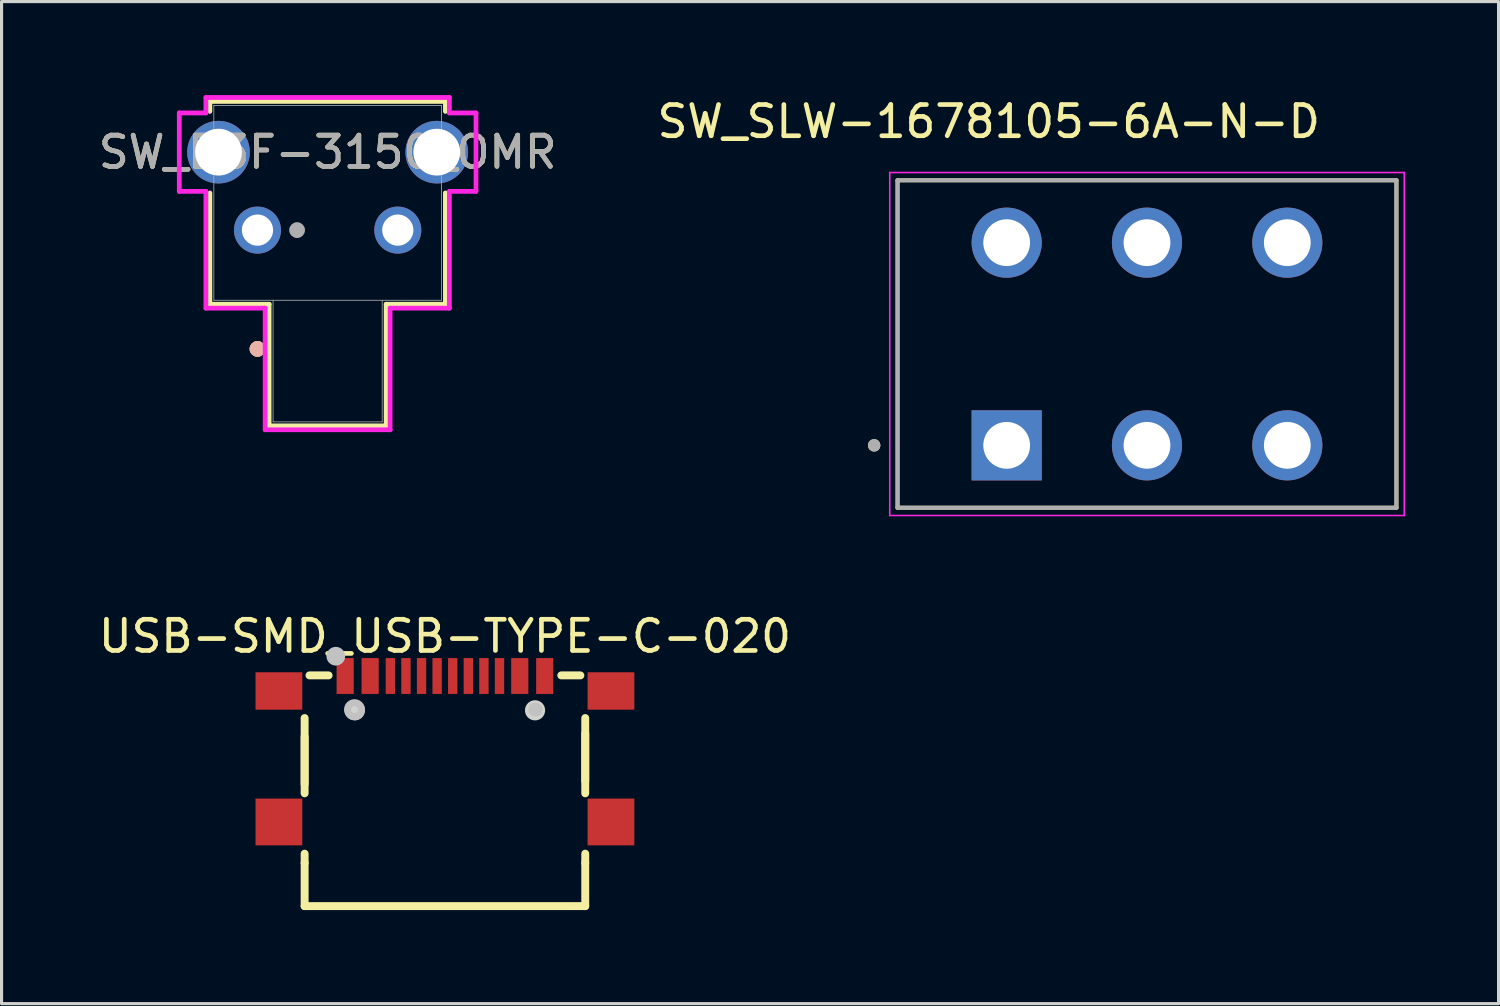
<source format=kicad_pcb>
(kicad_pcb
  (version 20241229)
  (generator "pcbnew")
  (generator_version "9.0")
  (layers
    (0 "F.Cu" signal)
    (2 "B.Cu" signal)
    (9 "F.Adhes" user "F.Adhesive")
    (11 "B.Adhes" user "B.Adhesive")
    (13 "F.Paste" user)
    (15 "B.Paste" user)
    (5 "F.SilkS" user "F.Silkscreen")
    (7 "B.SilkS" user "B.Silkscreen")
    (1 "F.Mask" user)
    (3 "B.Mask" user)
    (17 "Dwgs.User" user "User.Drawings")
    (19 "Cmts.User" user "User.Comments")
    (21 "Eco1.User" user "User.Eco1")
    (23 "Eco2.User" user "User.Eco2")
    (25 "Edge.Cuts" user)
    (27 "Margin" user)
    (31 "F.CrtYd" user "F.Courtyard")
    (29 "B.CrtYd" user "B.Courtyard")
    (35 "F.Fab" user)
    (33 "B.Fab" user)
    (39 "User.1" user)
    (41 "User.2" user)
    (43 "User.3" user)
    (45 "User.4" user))
  (footprint "USB-SMD_USB-TYPE-C-020"
    (layer "F.Cu")
    (at 11.22 20.971)
    (property "Reference" "USB-SMD_USB-TYPE-C-020" (at 0 -3.615 0) (layer "F.SilkS") (effects (font (size 1 1) (thickness 0.15))))
    (fp_line (start -4.5 -0.397) (end -4.5 1.125) (stroke (width 0.254) (type default)) (layer "F.SilkS"))
    (fp_line (start -4.5 1.422) (end -4.5 -0.992) (stroke (width 0.254) (type default)) (layer "F.SilkS"))
    (fp_line (start -4.5 3.655) (end -4.5 3.358) (stroke (width 0.254) (type default)) (layer "F.SilkS"))
    (fp_line (start -4.5 3.655) (end -4.5 5.04) (stroke (width 0.254) (type default)) (layer "F.SilkS"))
    (fp_line (start -4.5 5.04) (end 4.5 5.04) (stroke (width 0.254) (type default)) (layer "F.SilkS"))
    (fp_line (start -4.344 -2.36) (end -3.731 -2.36) (stroke (width 0.254) (type default)) (layer "F.SilkS"))
    (fp_line (start 3.731 -2.36) (end 4.344 -2.36) (stroke (width 0.254) (type default)) (layer "F.SilkS"))
    (fp_line (start 4.5 1.025) (end 4.5 -0.498) (stroke (width 0.254) (type default)) (layer "F.SilkS"))
    (fp_line (start 4.5 1.422) (end 4.5 -0.992) (stroke (width 0.254) (type default)) (layer "F.SilkS"))
    (fp_line (start 4.5 3.655) (end 4.5 3.358) (stroke (width 0.254) (type default)) (layer "F.SilkS"))
    (fp_line (start 4.5 5.04) (end 4.5 3.655) (stroke (width 0.254) (type default)) (layer "F.SilkS"))
    (fp_poly (pts (xy -6.075 -2.46) (xy -4.575 -2.46) (xy -4.575 -1.26) (xy -6.075 -1.26)) (stroke (width 0) (type default)) (fill yes) (layer "F.Paste"))
    (fp_poly (pts (xy -6.075 1.59) (xy -4.575 1.59) (xy -4.575 3.091) (xy -6.075 3.091)) (stroke (width 0) (type default)) (fill yes) (layer "F.Paste"))
    (fp_poly (pts (xy -1.9 -2.915) (xy -1.6 -2.915) (xy -1.6 -1.765) (xy -1.9 -1.765)) (stroke (width 0) (type default)) (fill yes) (layer "F.Paste"))
    (fp_poly (pts (xy -1.4 -2.915) (xy -1.1 -2.915) (xy -1.1 -1.765) (xy -1.4 -1.765)) (stroke (width 0) (type default)) (fill yes) (layer "F.Paste"))
    (fp_poly (pts (xy -0.9 -2.915) (xy -0.6 -2.915) (xy -0.6 -1.765) (xy -0.9 -1.765)) (stroke (width 0) (type default)) (fill yes) (layer "F.Paste"))
    (fp_poly (pts (xy -0.4 -2.915) (xy -0.1 -2.915) (xy -0.1 -1.765) (xy -0.4 -1.765)) (stroke (width 0) (type default)) (fill yes) (layer "F.Paste"))
    (fp_poly (pts (xy 0.1 -2.915) (xy 0.4 -2.915) (xy 0.4 -1.765) (xy 0.1 -1.765)) (stroke (width 0) (type default)) (fill yes) (layer "F.Paste"))
    (fp_poly (pts (xy 0.6 -2.915) (xy 0.9 -2.915) (xy 0.9 -1.765) (xy 0.6 -1.765)) (stroke (width 0) (type default)) (fill yes) (layer "F.Paste"))
    (fp_poly (pts (xy 1.1 -2.915) (xy 1.4 -2.915) (xy 1.4 -1.765) (xy 1.1 -1.765)) (stroke (width 0) (type default)) (fill yes) (layer "F.Paste"))
    (fp_poly (pts (xy 1.6 -2.915) (xy 1.9 -2.915) (xy 1.9 -1.765) (xy 1.6 -1.765)) (stroke (width 0) (type default)) (fill yes) (layer "F.Paste"))
    (fp_poly (pts (xy 4.575 -2.46) (xy 6.075 -2.46) (xy 6.075 -1.26) (xy 4.575 -1.26)) (stroke (width 0) (type default)) (fill yes) (layer "F.Paste"))
    (fp_poly (pts (xy 4.575 1.59) (xy 6.075 1.59) (xy 6.075 3.091) (xy 4.575 3.091)) (stroke (width 0) (type default)) (fill yes) (layer "F.Paste"))
    (fp_poly (pts (xy -3.475 -2.915) (xy -3.475 -1.765) (xy -3.225 -1.765) (xy -3.175 -1.765) (xy -2.925 -1.765) (xy -2.925 -2.915) (xy -3.175 -2.915) (xy -3.225 -2.915)) (stroke (width 0) (type default)) (fill yes) (layer "F.Paste"))
    (fp_poly (pts (xy -2.125 -1.765) (xy -2.125 -2.915) (xy -2.375 -2.915) (xy -2.425 -2.915) (xy -2.675 -2.915) (xy -2.675 -1.765) (xy -2.425 -1.765) (xy -2.375 -1.765)) (stroke (width 0) (type default)) (fill yes) (layer "F.Paste"))
    (fp_poly (pts (xy 2.125 -2.915) (xy 2.125 -1.765) (xy 2.375 -1.765) (xy 2.425 -1.765) (xy 2.675 -1.765) (xy 2.675 -2.915) (xy 2.425 -2.915) (xy 2.375 -2.915)) (stroke (width 0) (type default)) (fill yes) (layer "F.Paste"))
    (fp_poly (pts (xy 3.475 -1.765) (xy 3.475 -2.915) (xy 3.225 -2.915) (xy 3.175 -2.915) (xy 2.925 -2.915) (xy 2.925 -1.765) (xy 3.175 -1.765) (xy 3.225 -1.765)) (stroke (width 0) (type default)) (fill yes) (layer "F.Paste"))
    (fp_circle (center -3.5 -2.975) (end -3.35 -2.975) (stroke (width 0.3) (type default)) (fill no) (layer "Dwgs.User"))
    (fp_circle (center -2.9 -1.26) (end -2.788 -1.26) (stroke (width 0.225) (type default)) (fill no) (layer "Dwgs.User"))
    (fp_circle (center 2.9 -1.26) (end 3.013 -1.26) (stroke (width 0.225) (type default)) (fill no) (layer "Dwgs.User"))
    (fp_poly (pts (xy -2.568 -1.282) (xy -2.59 -1.364) (xy -2.632 -1.438) (xy -2.692 -1.498) (xy -2.766 -1.54) (xy -2.848 -1.562) (xy -2.932 -1.562) (xy -3.014 -1.54) (xy -3.088 -1.498) (xy -3.148 -1.438) (xy -3.19 -1.364) (xy -3.212 -1.282) (xy -3.212 -1.198) (xy -3.19 -1.116) (xy -3.148 -1.042) (xy -3.088 -0.982) (xy -3.014 -0.94) (xy -2.932 -0.918) (xy -2.848 -0.918) (xy -2.766 -0.94) (xy -2.692 -0.982) (xy -2.632 -1.042) (xy -2.59 -1.116) (xy -2.568 -1.198)) (stroke (width 0) (type default)) (fill yes) (layer "Edge.Cuts"))
    (fp_poly (pts (xy 3.212 -1.282) (xy 3.19 -1.364) (xy 3.148 -1.438) (xy 3.088 -1.498) (xy 3.014 -1.54) (xy 2.932 -1.562) (xy 2.848 -1.562) (xy 2.766 -1.54) (xy 2.692 -1.498) (xy 2.632 -1.438) (xy 2.59 -1.364) (xy 2.568 -1.282) (xy 2.568 -1.198) (xy 2.59 -1.116) (xy 2.632 -1.042) (xy 2.692 -0.982) (xy 2.766 -0.94) (xy 2.848 -0.918) (xy 2.932 -0.918) (xy 3.014 -0.94) (xy 3.088 -0.982) (xy 3.148 -1.042) (xy 3.19 -1.116) (xy 3.212 -1.198)) (stroke (width 0) (type default)) (fill yes) (layer "Edge.Cuts"))
    (fp_poly (pts (xy -5.84 -2.31) (xy -4.3 -2.31) (xy -4.3 -1.31) (xy -5.84 -1.31)) (stroke (width 0.1) (type default)) (fill no) (layer "User.1"))
    (fp_poly (pts (xy -5.84 1.69) (xy -4.3 1.69) (xy -4.3 2.89) (xy -5.84 2.89)) (stroke (width 0.1) (type default)) (fill no) (layer "User.1"))
    (fp_poly (pts (xy -3.425 -2.66) (xy -3.225 -2.66) (xy -3.225 -1.86) (xy -3.425 -1.86)) (stroke (width 0.1) (type default)) (fill no) (layer "User.1"))
    (fp_poly (pts (xy -3.175 -2.66) (xy -2.975 -2.66) (xy -2.975 -1.86) (xy -3.175 -1.86)) (stroke (width 0.1) (type default)) (fill no) (layer "User.1"))
    (fp_poly (pts (xy -2.675 -2.66) (xy -2.475 -2.66) (xy -2.475 -1.86) (xy -2.675 -1.86)) (stroke (width 0.1) (type default)) (fill no) (layer "User.1"))
    (fp_poly (pts (xy -2.375 -2.66) (xy -2.175 -2.66) (xy -2.175 -1.86) (xy -2.375 -1.86)) (stroke (width 0.1) (type default)) (fill no) (layer "User.1"))
    (fp_poly (pts (xy -1.85 -2.66) (xy -1.65 -2.66) (xy -1.65 -1.86) (xy -1.85 -1.86)) (stroke (width 0.1) (type default)) (fill no) (layer "User.1"))
    (fp_poly (pts (xy -1.35 -2.66) (xy -1.15 -2.66) (xy -1.15 -1.86) (xy -1.35 -1.86)) (stroke (width 0.1) (type default)) (fill no) (layer "User.1"))
    (fp_poly (pts (xy -0.85 -2.66) (xy -0.65 -2.66) (xy -0.65 -1.86) (xy -0.85 -1.86)) (stroke (width 0.1) (type default)) (fill no) (layer "User.1"))
    (fp_poly (pts (xy -0.35 -2.66) (xy -0.15 -2.66) (xy -0.15 -1.86) (xy -0.35 -1.86)) (stroke (width 0.1) (type default)) (fill no) (layer "User.1"))
    (fp_poly (pts (xy 0.15 -2.66) (xy 0.35 -2.66) (xy 0.35 -1.86) (xy 0.15 -1.86)) (stroke (width 0.1) (type default)) (fill no) (layer "User.1"))
    (fp_poly (pts (xy 0.65 -2.66) (xy 0.85 -2.66) (xy 0.85 -1.86) (xy 0.65 -1.86)) (stroke (width 0.1) (type default)) (fill no) (layer "User.1"))
    (fp_poly (pts (xy 1.15 -2.66) (xy 1.35 -2.66) (xy 1.35 -1.86) (xy 1.15 -1.86)) (stroke (width 0.1) (type default)) (fill no) (layer "User.1"))
    (fp_poly (pts (xy 1.65 -2.66) (xy 1.85 -2.66) (xy 1.85 -1.86) (xy 1.65 -1.86)) (stroke (width 0.1) (type default)) (fill no) (layer "User.1"))
    (fp_poly (pts (xy 2.175 -2.66) (xy 2.375 -2.66) (xy 2.375 -1.86) (xy 2.175 -1.86)) (stroke (width 0.1) (type default)) (fill no) (layer "User.1"))
    (fp_poly (pts (xy 2.475 -2.66) (xy 2.675 -2.66) (xy 2.675 -1.86) (xy 2.475 -1.86)) (stroke (width 0.1) (type default)) (fill no) (layer "User.1"))
    (fp_poly (pts (xy 2.975 -2.66) (xy 3.175 -2.66) (xy 3.175 -1.86) (xy 2.975 -1.86)) (stroke (width 0.1) (type default)) (fill no) (layer "User.1"))
    (fp_poly (pts (xy 3.225 -2.66) (xy 3.425 -2.66) (xy 3.425 -1.86) (xy 3.225 -1.86)) (stroke (width 0.1) (type default)) (fill no) (layer "User.1"))
    (fp_poly (pts (xy 4.3 -2.31) (xy 5.84 -2.31) (xy 5.84 -1.31) (xy 4.3 -1.31)) (stroke (width 0.1) (type default)) (fill no) (layer "User.1"))
    (fp_poly (pts (xy 4.3 1.69) (xy 5.84 1.69) (xy 5.84 2.89) (xy 4.3 2.89)) (stroke (width 0.1) (type default)) (fill no) (layer "User.1"))
    (fp_line (start -4.47 -2.36) (end 4.47 -2.36) (stroke (width 0.051) (type default)) (layer "User.2"))
    (fp_line (start -4.47 5.04) (end -4.47 -2.36) (stroke (width 0.051) (type default)) (layer "User.2"))
    (fp_line (start 4.47 -2.36) (end 4.47 5.04) (stroke (width 0.051) (type default)) (layer "User.2"))
    (fp_line (start 4.47 5.04) (end -4.47 5.04) (stroke (width 0.051) (type default)) (layer "User.2"))
    (fp_poly (pts (xy -5.785 -2.683) (xy -5.817 -2.715) (xy -5.863 -2.715) (xy -5.895 -2.683) (xy -5.895 -2.637) (xy -5.863 -2.605) (xy -5.817 -2.605) (xy -5.785 -2.637)) (stroke (width 0.1) (type default)) (fill no) (layer "User.3"))
    (pad "17" smd rect (at -5.325 -1.86) (size 1.5 1.2) (layers "F.Cu" "F.Mask" "F.Paste"))
    (pad "18" smd rect (at 5.325 -1.86) (size 1.5 1.2) (layers "F.Cu" "F.Mask" "F.Paste"))
    (pad "19" smd rect (at -5.325 2.34) (size 1.5 1.5) (layers "F.Cu" "F.Mask" "F.Paste"))
    (pad "20" smd rect (at 5.325 2.34) (size 1.5 1.5) (layers "F.Cu" "F.Mask" "F.Paste"))
    (pad "A1" smd rect (at -3.325 -2.34) (size 0.3 1.15) (layers "F.Cu" "F.Mask" "F.Paste"))
    (pad "A4" smd rect (at -2.525 -2.34) (size 0.3 1.15) (layers "F.Cu" "F.Mask" "F.Paste"))
    (pad "A5" smd rect (at -1.25 -2.34) (size 0.3 1.15) (layers "F.Cu" "F.Mask" "F.Paste"))
    (pad "A6" smd rect (at -0.25 -2.34) (size 0.3 1.15) (layers "F.Cu" "F.Mask" "F.Paste"))
    (pad "A7" smd rect (at 0.25 -2.34) (size 0.3 1.15) (layers "F.Cu" "F.Mask" "F.Paste"))
    (pad "A8" smd rect (at 1.25 -2.34) (size 0.3 1.15) (layers "F.Cu" "F.Mask" "F.Paste"))
    (pad "A9" smd rect (at 2.525 -2.34) (size 0.3 1.15) (layers "F.Cu" "F.Mask" "F.Paste"))
    (pad "A12" smd rect (at 3.325 -2.34) (size 0.3 1.15) (layers "F.Cu" "F.Mask" "F.Paste"))
    (pad "B1" smd rect (at 3.075 -2.34) (size 0.3 1.15) (layers "F.Cu" "F.Mask" "F.Paste"))
    (pad "B4" smd rect (at 2.275 -2.34) (size 0.3 1.15) (layers "F.Cu" "F.Mask" "F.Paste"))
    (pad "B5" smd rect (at 1.75 -2.34) (size 0.3 1.15) (layers "F.Cu" "F.Mask" "F.Paste"))
    (pad "B6" smd rect (at 0.75 -2.34) (size 0.3 1.15) (layers "F.Cu" "F.Mask" "F.Paste"))
    (pad "B7" smd rect (at -0.75 -2.34) (size 0.3 1.15) (layers "F.Cu" "F.Mask" "F.Paste"))
    (pad "B8" smd rect (at -1.75 -2.34) (size 0.3 1.15) (layers "F.Cu" "F.Mask" "F.Paste"))
    (pad "B9" smd rect (at -2.275 -2.34) (size 0.3 1.15) (layers "F.Cu" "F.Mask" "F.Paste"))
    (pad "B12" smd rect (at -3.075 -2.34) (size 0.3 1.15) (layers "F.Cu" "F.Mask" "F.Paste")))
  (footprint "SW_B3F-3150_OMR"
    (layer "F.Cu")
    (at 5.208 4.33)
    (property "Reference" "SW_B3F-3150_OMR" (at 2.25 -2.5 0) (unlocked yes) (layer "F.SilkS") (effects (font (size 1 1) (thickness 0.15))))
    (attr through_hole)
    (fp_line (start -1.527 -4.127) (end 6.027 -4.127) (stroke (width 0.152) (type solid)) (layer "F.SilkS"))
    (fp_line (start -1.527 -3.808) (end -1.527 -4.127) (stroke (width 0.152) (type solid)) (layer "F.SilkS"))
    (fp_line (start -1.527 2.377) (end -1.527 -1.192) (stroke (width 0.152) (type solid)) (layer "F.SilkS"))
    (fp_line (start 0.373 2.377) (end -1.527 2.377) (stroke (width 0.152) (type solid)) (layer "F.SilkS"))
    (fp_line (start 0.373 6.277) (end 0.373 2.377) (stroke (width 0.152) (type solid)) (layer "F.SilkS"))
    (fp_line (start 4.127 2.377) (end 4.127 6.277) (stroke (width 0.152) (type solid)) (layer "F.SilkS"))
    (fp_line (start 4.127 6.277) (end 0.373 6.277) (stroke (width 0.152) (type solid)) (layer "F.SilkS"))
    (fp_line (start 6.027 -4.127) (end 6.027 -3.808) (stroke (width 0.152) (type solid)) (layer "F.SilkS"))
    (fp_line (start 6.027 -1.192) (end 6.027 2.377) (stroke (width 0.152) (type solid)) (layer "F.SilkS"))
    (fp_line (start 6.027 2.377) (end 4.127 2.377) (stroke (width 0.152) (type solid)) (layer "F.SilkS"))
    (fp_circle (center 0 3.81) (end 0.127 3.81) (stroke (width 0.254) (type solid)) (fill no) (layer "F.SilkS"))
    (fp_circle (center 0 3.81) (end 0.127 3.81) (stroke (width 0.254) (type solid)) (fill no) (layer "B.SilkS"))
    (fp_line (start -2.508 -3.758) (end -2.508 -1.242) (stroke (width 0.152) (type solid)) (layer "F.CrtYd"))
    (fp_line (start -2.508 -1.242) (end -1.654 -1.242) (stroke (width 0.152) (type solid)) (layer "F.CrtYd"))
    (fp_line (start -1.654 -4.254) (end -1.654 -3.758) (stroke (width 0.152) (type solid)) (layer "F.CrtYd"))
    (fp_line (start -1.654 -3.758) (end -2.508 -3.758) (stroke (width 0.152) (type solid)) (layer "F.CrtYd"))
    (fp_line (start -1.654 -1.242) (end -1.654 2.504) (stroke (width 0.152) (type solid)) (layer "F.CrtYd"))
    (fp_line (start -1.654 2.504) (end 0.246 2.504) (stroke (width 0.152) (type solid)) (layer "F.CrtYd"))
    (fp_line (start 0.246 2.504) (end 0.246 6.404) (stroke (width 0.152) (type solid)) (layer "F.CrtYd"))
    (fp_line (start 0.246 6.404) (end 4.254 6.404) (stroke (width 0.152) (type solid)) (layer "F.CrtYd"))
    (fp_line (start 4.254 2.504) (end 6.154 2.504) (stroke (width 0.152) (type solid)) (layer "F.CrtYd"))
    (fp_line (start 4.254 6.404) (end 4.254 2.504) (stroke (width 0.152) (type solid)) (layer "F.CrtYd"))
    (fp_line (start 6.154 -4.254) (end -1.654 -4.254) (stroke (width 0.152) (type solid)) (layer "F.CrtYd"))
    (fp_line (start 6.154 -3.758) (end 6.154 -4.254) (stroke (width 0.152) (type solid)) (layer "F.CrtYd"))
    (fp_line (start 6.154 -1.242) (end 7.008 -1.242) (stroke (width 0.152) (type solid)) (layer "F.CrtYd"))
    (fp_line (start 6.154 2.504) (end 6.154 -1.242) (stroke (width 0.152) (type solid)) (layer "F.CrtYd"))
    (fp_line (start 7.008 -3.758) (end 6.154 -3.758) (stroke (width 0.152) (type solid)) (layer "F.CrtYd"))
    (fp_line (start 7.008 -1.242) (end 7.008 -3.758) (stroke (width 0.152) (type solid)) (layer "F.CrtYd"))
    (fp_line (start -1.4 -4) (end -1.4 2.25) (stroke (width 0.025) (type solid)) (layer "F.Fab"))
    (fp_line (start 0.5 2.25) (end 0.5 6.15) (stroke (width 0.025) (type solid)) (layer "F.Fab"))
    (fp_line (start 0.5 6.15) (end 4 6.15) (stroke (width 0.025) (type solid)) (layer "F.Fab"))
    (fp_line (start 4 6.15) (end 4 2.25) (stroke (width 0.025) (type solid)) (layer "F.Fab"))
    (fp_line (start 5.9 -4) (end -1.4 -4) (stroke (width 0.025) (type solid)) (layer "F.Fab"))
    (fp_line (start 5.9 -4) (end 5.9 2.25) (stroke (width 0.025) (type solid)) (layer "F.Fab"))
    (fp_line (start 5.9 2.25) (end -1.4 2.25) (stroke (width 0.025) (type solid)) (layer "F.Fab"))
    (fp_circle (center 1.27 0) (end 1.397 0) (stroke (width 0.254) (type solid)) (fill no) (layer "F.Fab"))
    (fp_text user "${REFERENCE}" (at 2.25 -2.5 0) (unlocked yes) (layer "F.Fab") (effects (font (size 1 1) (thickness 0.15))))
    (pad "1" thru_hole circle (at 0 0) (size 1.508 1.508) (drill 1) (layers "*.Cu" "*.Mask"))
    (pad "2" thru_hole circle (at 4.5 0) (size 1.508 1.508) (drill 1) (layers "*.Cu" "*.Mask"))
    (pad "3" thru_hole circle (at -1.25 -2.5) (size 2.008 2.008) (drill 1.5) (layers "*.Cu" "*.Mask"))
    (pad "4" thru_hole circle (at 5.75 -2.5) (size 2.008 2.008) (drill 1.5) (layers "*.Cu" "*.Mask")))
  (footprint "SW_SLW-1678105-6A-N-D"
    (layer "F.Cu")
    (at 33.736 7.983)
    (property "Reference" "SW_SLW-1678105-6A-N-D" (at -5.075 -7.135 0) (layer "F.SilkS") (effects (font (size 1 1) (thickness 0.15))))
    (attr through_hole)
    (fp_line (start -8 -5.25) (end -8 5.25) (stroke (width 0.127) (type solid)) (layer "F.SilkS"))
    (fp_line (start -8 5.25) (end 8 5.25) (stroke (width 0.127) (type solid)) (layer "F.SilkS"))
    (fp_line (start 8 -5.25) (end -8 -5.25) (stroke (width 0.127) (type solid)) (layer "F.SilkS"))
    (fp_line (start 8 5.25) (end 8 -5.25) (stroke (width 0.127) (type solid)) (layer "F.SilkS"))
    (fp_circle (center -8.75 3.25) (end -8.65 3.25) (stroke (width 0.2) (type solid)) (fill no) (layer "F.SilkS"))
    (fp_line (start -8.25 -5.5) (end -8.25 5.5) (stroke (width 0.05) (type solid)) (layer "F.CrtYd"))
    (fp_line (start -8.25 5.5) (end 8.25 5.5) (stroke (width 0.05) (type solid)) (layer "F.CrtYd"))
    (fp_line (start 8.25 -5.5) (end -8.25 -5.5) (stroke (width 0.05) (type solid)) (layer "F.CrtYd"))
    (fp_line (start 8.25 5.5) (end 8.25 -5.5) (stroke (width 0.05) (type solid)) (layer "F.CrtYd"))
    (fp_line (start -8 -5.25) (end -8 5.25) (stroke (width 0.127) (type solid)) (layer "F.Fab"))
    (fp_line (start -8 5.25) (end 8 5.25) (stroke (width 0.127) (type solid)) (layer "F.Fab"))
    (fp_line (start 8 -5.25) (end -8 -5.25) (stroke (width 0.127) (type solid)) (layer "F.Fab"))
    (fp_line (start 8 5.25) (end 8 -5.25) (stroke (width 0.127) (type solid)) (layer "F.Fab"))
    (fp_circle (center -8.75 3.25) (end -8.65 3.25) (stroke (width 0.2) (type solid)) (fill no) (layer "F.Fab"))
    (pad "1" thru_hole circle (at -4.5 -3.25) (size 2.25 2.25) (drill 1.5) (layers "*.Cu" "*.Mask"))
    (pad "1" thru_hole rect (at -4.5 3.25) (size 2.25 2.25) (drill 1.5) (layers "*.Cu" "*.Mask"))
    (pad "2" thru_hole circle (at 0 -3.25) (size 2.25 2.25) (drill 1.5) (layers "*.Cu" "*.Mask"))
    (pad "2" thru_hole circle (at 0 3.25) (size 2.25 2.25) (drill 1.5) (layers "*.Cu" "*.Mask"))
    (pad "3" thru_hole circle (at 4.5 -3.25) (size 2.25 2.25) (drill 1.5) (layers "*.Cu" "*.Mask"))
    (pad "3" thru_hole circle (at 4.5 3.25) (size 2.25 2.25) (drill 1.5) (layers "*.Cu" "*.Mask")))
  (gr_rect
    (start -3 -3)
    (end 45.011 29.139)
    (stroke (width 0.1) (type default))
    (fill no)
    (layer "Edge.Cuts")))
</source>
